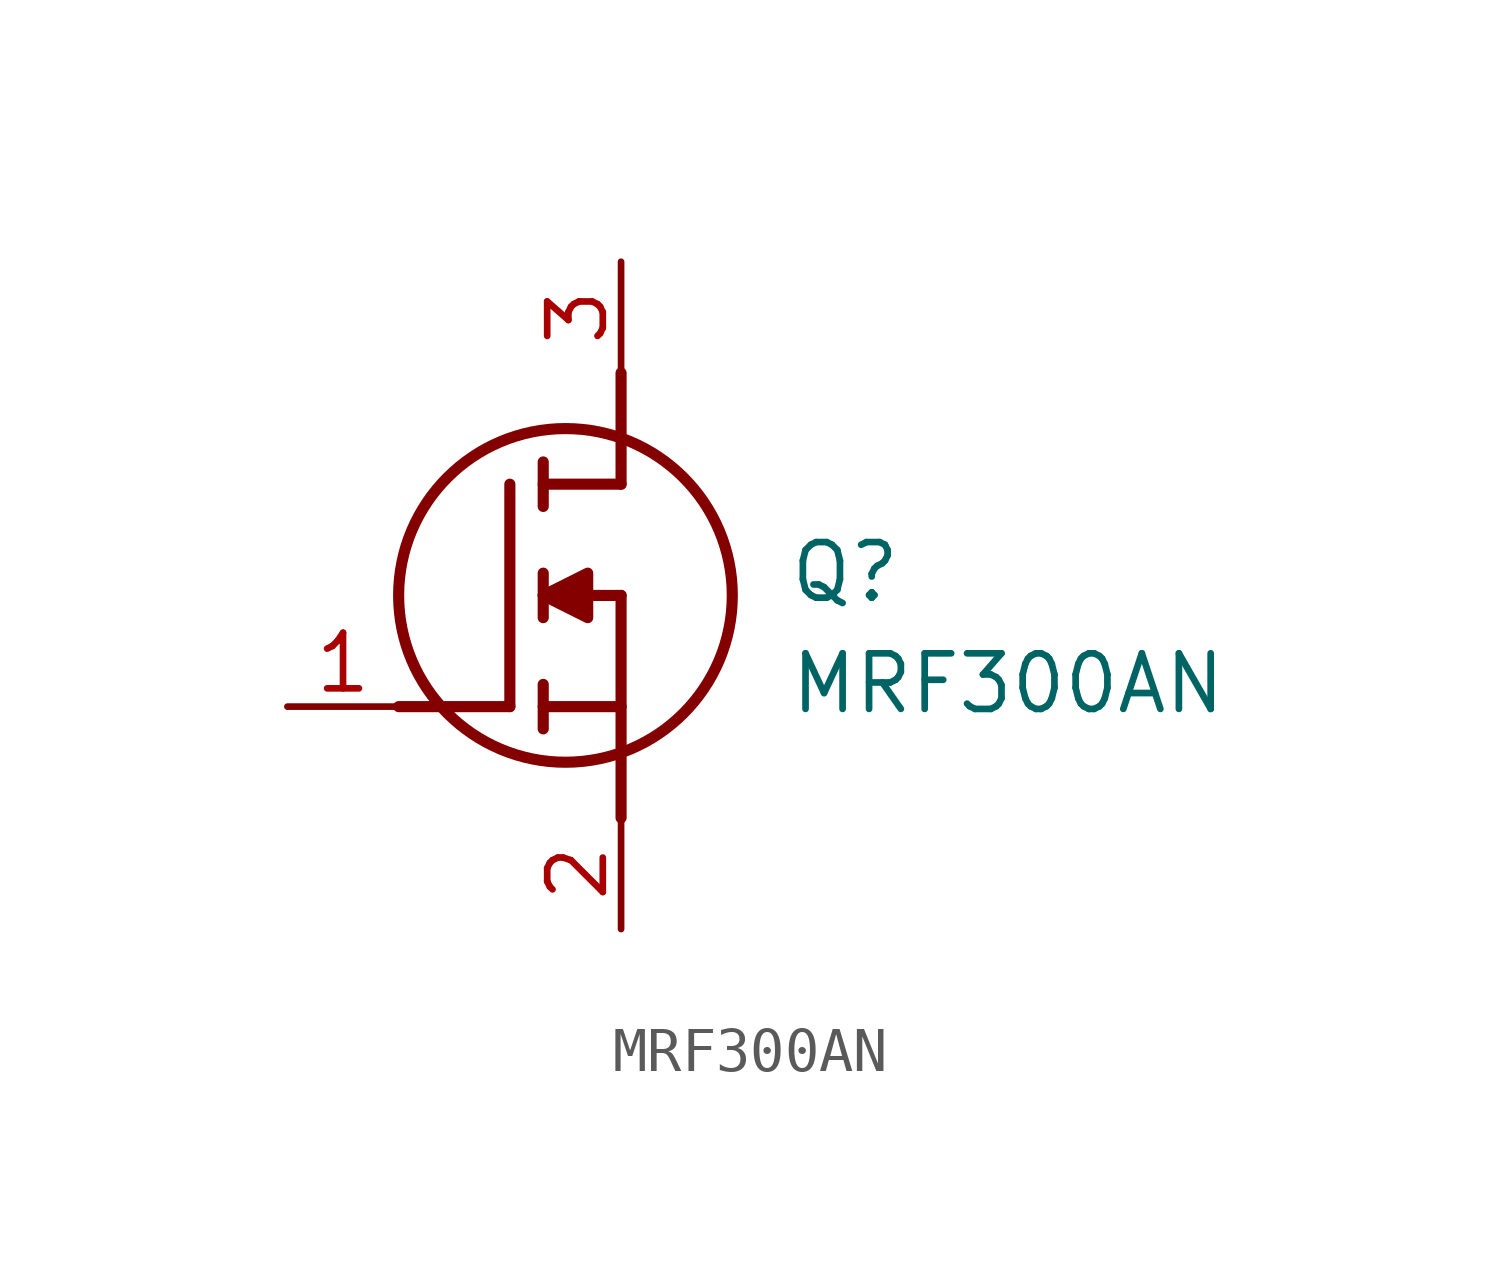
<source format=kicad_sym>
(kicad_symbol_lib
  (version 20211014)
  (generator SamacSys_ECAD_Model)
  (symbol "MRF300AN"
    (pin_names hide)
    (property "Reference" "Q"
      (at 11.43 3.81 0)
      (effects (font (size 1.27 1.27)) (justify left top)))
    (property "Value" "MRF300AN"
      (at 11.43 1.27 0)
      (effects (font (size 1.27 1.27)) (justify left top)))
    (polyline
      (pts (xy 7.62 2.54) (xy 7.62 -2.54))
      (stroke (width 0.254) (type default))
      (fill (type none)))
    (polyline
      (pts (xy 7.62 5.08) (xy 7.62 7.62))
      (stroke (width 0.254) (type default))
      (fill (type none)))
    (polyline
      (pts (xy 2.54 0) (xy 5.08 0))
      (stroke (width 0.254) (type default))
      (fill (type none)))
    (polyline
      (pts (xy 5.08 5.08) (xy 5.08 0))
      (stroke (width 0.254) (type default))
      (fill (type none)))
    (polyline
      (pts (xy 7.62 2.54) (xy 5.842 2.54))
      (stroke (width 0.254) (type default))
      (fill (type none)))
    (polyline
      (pts (xy 7.62 5.08) (xy 5.842 5.08))
      (stroke (width 0.254) (type default))
      (fill (type none)))
    (polyline
      (pts (xy 5.842 0) (xy 7.62 0))
      (stroke (width 0.254) (type default))
      (fill (type none)))
    (polyline
      (pts (xy 5.842 5.588) (xy 5.842 4.572))
      (stroke (width 0.254) (type default))
      (fill (type none)))
    (polyline
      (pts (xy 5.842 -0.508) (xy 5.842 0.508))
      (stroke (width 0.254) (type default))
      (fill (type none)))
    (polyline
      (pts (xy 5.842 2.032) (xy 5.842 3.048))
      (stroke (width 0.254) (type default))
      (fill (type none)))
    (circle
      (center 6.35 2.54)
      (radius 3.81)
      (stroke (width 0.254) (type default))
      (fill (type none)))
    (polyline
      (pts (xy 5.842 2.54) (xy 6.858 3.048) (xy 6.858 2.032) (xy 5.842 2.54))
      (stroke (width 0.254) (type default))
      (fill (type outline)))
    (pin passive line
      (at 0 0 0)
      (length 2.54)
      (name "G" (effects (font (size 1.27 1.27))))
      (number "1" (effects (font (size 1.27 1.27)))))
    (pin passive line
      (at 7.62 10.16 270)
      (length 2.54)
      (name "D" (effects (font (size 1.27 1.27))))
      (number "3" (effects (font (size 1.27 1.27)))))
    (pin passive line
      (at 7.62 -5.08 90)
      (length 2.54)
      (name "S" (effects (font (size 1.27 1.27))))
      (number "2" (effects (font (size 1.27 1.27)))))))
</source>
